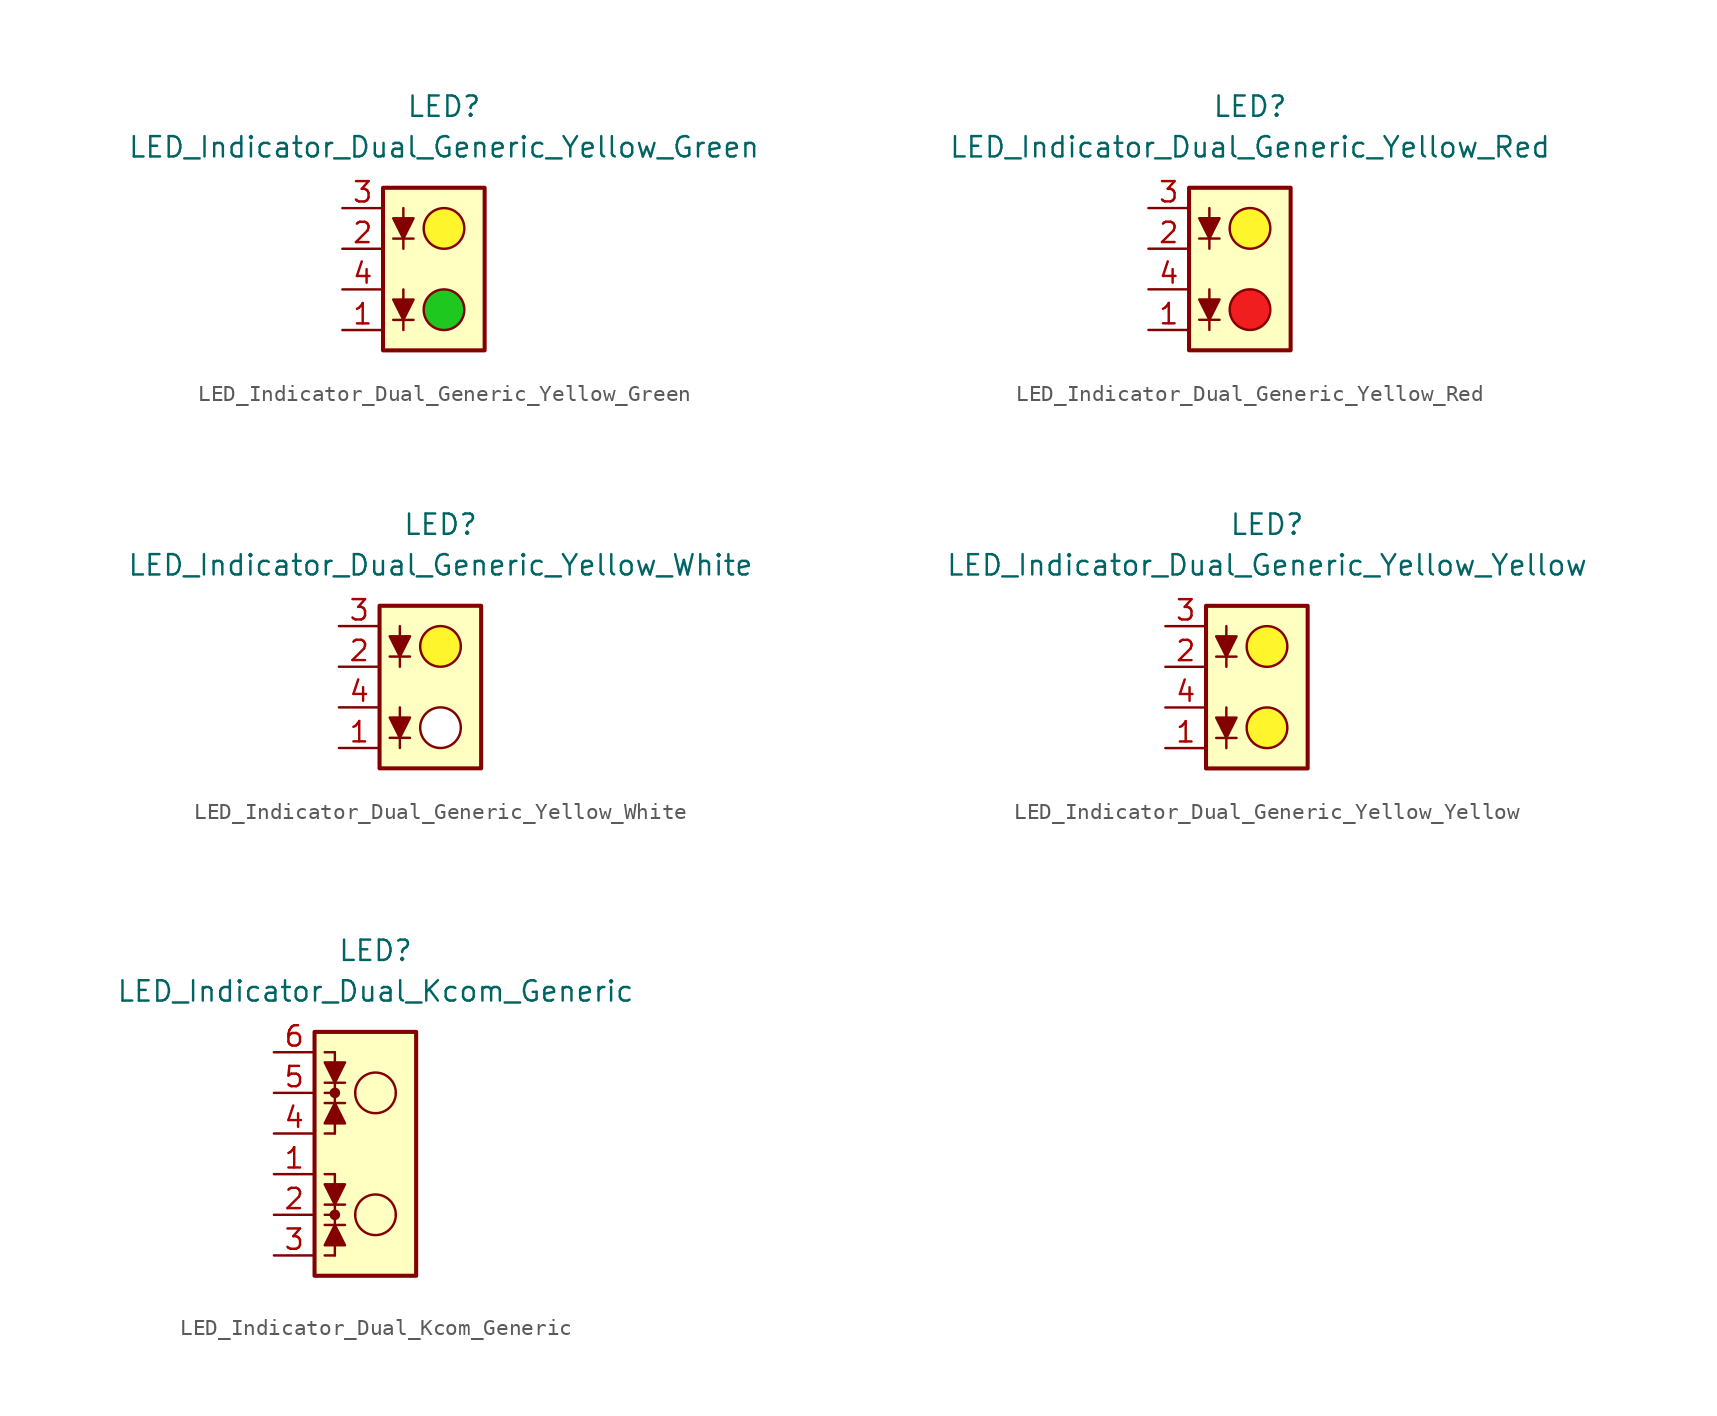
<source format=kicad_sym>
(kicad_symbol_lib
  (version 20231120)
  (generator "kicad_symbol_editor")
  (generator_version "8.0")
  (symbol "LED_Indicator_Dual_Generic_Yellow_Green"
    (pin_names
      (offset 1.016) hide)
    (property "Reference" "LED"
      (at 0 10.16 0)
      (effects (font (size 1.27 1.27))))
    (property "Value" "LED_Indicator_Dual_Generic_Yellow_Green"
      (at 0 7.62 0)
      (effects (font (size 1.27 1.27))))
    (symbol "LED_Indicator_Dual_Generic_Yellow_Green_0_1"
      (rectangle (start -3.81 5.08) (end 2.54 -5.08) (stroke (width 0.254) (type default)) (fill (type background)))
      (circle (center 0 -2.54) (radius 1.27) (stroke (width 0) (type default)) (fill (type color) (color 30 200 30 1)))
      (polyline (pts (xy -3.175 -3.175) (xy -1.905 -3.175)) (stroke (width 0) (type default)) (fill (type none)))
      (polyline (pts (xy -3.175 1.905) (xy -1.905 1.905)) (stroke (width 0) (type default)) (fill (type none)))
      (polyline (pts (xy -2.54 -1.27) (xy -2.54 -3.81)) (stroke (width 0) (type default)) (fill (type none)))
      (polyline (pts (xy -2.54 3.81) (xy -2.54 1.27)) (stroke (width 0) (type default)) (fill (type none)))
      (polyline (pts (xy -2.54 -3.175) (xy -3.175 -1.905) (xy -1.905 -1.905) (xy -2.54 -3.175)) (stroke (width 0) (type default)) (fill (type outline)))
      (polyline (pts (xy -2.54 1.905) (xy -3.175 3.175) (xy -1.905 3.175) (xy -2.54 1.905)) (stroke (width 0) (type default)) (fill (type outline)))
      (circle (center 0 2.54) (radius 1.27) (stroke (width 0) (type default)) (fill (type color) (color 255 245 45 1))))
    (symbol "LED_Indicator_Dual_Generic_Yellow_Green_1_1"
      (pin passive line (at -6.35 -3.81 0) (length 2.54) (name "K1" (effects (font (size 1.27 1.27)))) (number "1" (effects (font (size 1.27 1.27)))))
      (pin passive line (at -6.35 1.27 0) (length 2.54) (name "K2" (effects (font (size 1.27 1.27)))) (number "2" (effects (font (size 1.27 1.27)))))
      (pin passive line (at -6.35 3.81 0) (length 2.54) (name "A2" (effects (font (size 1.27 1.27)))) (number "3" (effects (font (size 1.27 1.27)))))
      (pin passive line (at -6.35 -1.27 0) (length 2.54) (name "A1" (effects (font (size 1.27 1.27)))) (number "4" (effects (font (size 1.27 1.27)))))))
  (symbol "LED_Indicator_Dual_Generic_Yellow_Red"
    (pin_names
      (offset 1.016) hide)
    (property "Reference" "LED"
      (at 0 10.16 0)
      (effects (font (size 1.27 1.27))))
    (property "Value" "LED_Indicator_Dual_Generic_Yellow_Red"
      (at 0 7.62 0)
      (effects (font (size 1.27 1.27))))
    (symbol "LED_Indicator_Dual_Generic_Yellow_Red_0_1"
      (rectangle (start -3.81 5.08) (end 2.54 -5.08) (stroke (width 0.254) (type default)) (fill (type background)))
      (circle (center 0 -2.54) (radius 1.27) (stroke (width 0) (type default)) (fill (type color) (color 240 30 30 1)))
      (polyline (pts (xy -3.175 -3.175) (xy -1.905 -3.175)) (stroke (width 0) (type default)) (fill (type none)))
      (polyline (pts (xy -3.175 1.905) (xy -1.905 1.905)) (stroke (width 0) (type default)) (fill (type none)))
      (polyline (pts (xy -2.54 -1.27) (xy -2.54 -3.81)) (stroke (width 0) (type default)) (fill (type none)))
      (polyline (pts (xy -2.54 3.81) (xy -2.54 1.27)) (stroke (width 0) (type default)) (fill (type none)))
      (polyline (pts (xy -2.54 -3.175) (xy -3.175 -1.905) (xy -1.905 -1.905) (xy -2.54 -3.175)) (stroke (width 0) (type default)) (fill (type outline)))
      (polyline (pts (xy -2.54 1.905) (xy -3.175 3.175) (xy -1.905 3.175) (xy -2.54 1.905)) (stroke (width 0) (type default)) (fill (type outline)))
      (circle (center 0 2.54) (radius 1.27) (stroke (width 0) (type default)) (fill (type color) (color 255 245 45 1))))
    (symbol "LED_Indicator_Dual_Generic_Yellow_Red_1_1"
      (pin passive line (at -6.35 -3.81 0) (length 2.54) (name "K1" (effects (font (size 1.27 1.27)))) (number "1" (effects (font (size 1.27 1.27)))))
      (pin passive line (at -6.35 1.27 0) (length 2.54) (name "K2" (effects (font (size 1.27 1.27)))) (number "2" (effects (font (size 1.27 1.27)))))
      (pin passive line (at -6.35 3.81 0) (length 2.54) (name "A2" (effects (font (size 1.27 1.27)))) (number "3" (effects (font (size 1.27 1.27)))))
      (pin passive line (at -6.35 -1.27 0) (length 2.54) (name "A1" (effects (font (size 1.27 1.27)))) (number "4" (effects (font (size 1.27 1.27)))))))
  (symbol "LED_Indicator_Dual_Generic_Yellow_White"
    (pin_names
      (offset 1.016) hide)
    (property "Reference" "LED"
      (at 0 10.16 0)
      (effects (font (size 1.27 1.27))))
    (property "Value" "LED_Indicator_Dual_Generic_Yellow_White"
      (at 0 7.62 0)
      (effects (font (size 1.27 1.27))))
    (symbol "LED_Indicator_Dual_Generic_Yellow_White_0_1"
      (rectangle (start -3.81 5.08) (end 2.54 -5.08) (stroke (width 0.254) (type default)) (fill (type background)))
      (circle (center 0 -2.54) (radius 1.27) (stroke (width 0) (type default)) (fill (type color) (color 255 255 255 1)))
      (polyline (pts (xy -3.175 -3.175) (xy -1.905 -3.175)) (stroke (width 0) (type default)) (fill (type none)))
      (polyline (pts (xy -3.175 1.905) (xy -1.905 1.905)) (stroke (width 0) (type default)) (fill (type none)))
      (polyline (pts (xy -2.54 -1.27) (xy -2.54 -3.81)) (stroke (width 0) (type default)) (fill (type none)))
      (polyline (pts (xy -2.54 3.81) (xy -2.54 1.27)) (stroke (width 0) (type default)) (fill (type none)))
      (polyline (pts (xy -2.54 -3.175) (xy -3.175 -1.905) (xy -1.905 -1.905) (xy -2.54 -3.175)) (stroke (width 0) (type default)) (fill (type outline)))
      (polyline (pts (xy -2.54 1.905) (xy -3.175 3.175) (xy -1.905 3.175) (xy -2.54 1.905)) (stroke (width 0) (type default)) (fill (type outline)))
      (circle (center 0 2.54) (radius 1.27) (stroke (width 0) (type default)) (fill (type color) (color 255 245 45 1))))
    (symbol "LED_Indicator_Dual_Generic_Yellow_White_1_1"
      (pin passive line (at -6.35 -3.81 0) (length 2.54) (name "K1" (effects (font (size 1.27 1.27)))) (number "1" (effects (font (size 1.27 1.27)))))
      (pin passive line (at -6.35 1.27 0) (length 2.54) (name "K2" (effects (font (size 1.27 1.27)))) (number "2" (effects (font (size 1.27 1.27)))))
      (pin passive line (at -6.35 3.81 0) (length 2.54) (name "A2" (effects (font (size 1.27 1.27)))) (number "3" (effects (font (size 1.27 1.27)))))
      (pin passive line (at -6.35 -1.27 0) (length 2.54) (name "A1" (effects (font (size 1.27 1.27)))) (number "4" (effects (font (size 1.27 1.27)))))))
  (symbol "LED_Indicator_Dual_Generic_Yellow_Yellow"
    (pin_names
      (offset 1.016) hide)
    (property "Reference" "LED"
      (at 0 10.16 0)
      (effects (font (size 1.27 1.27))))
    (property "Value" "LED_Indicator_Dual_Generic_Yellow_Yellow"
      (at 0 7.62 0)
      (effects (font (size 1.27 1.27))))
    (symbol "LED_Indicator_Dual_Generic_Yellow_Yellow_0_1"
      (rectangle (start -3.81 5.08) (end 2.54 -5.08) (stroke (width 0.254) (type default)) (fill (type background)))
      (circle (center 0 -2.54) (radius 1.27) (stroke (width 0) (type default)) (fill (type color) (color 255 245 45 1)))
      (polyline (pts (xy -3.175 -3.175) (xy -1.905 -3.175)) (stroke (width 0) (type default)) (fill (type none)))
      (polyline (pts (xy -3.175 1.905) (xy -1.905 1.905)) (stroke (width 0) (type default)) (fill (type none)))
      (polyline (pts (xy -2.54 -1.27) (xy -2.54 -3.81)) (stroke (width 0) (type default)) (fill (type none)))
      (polyline (pts (xy -2.54 3.81) (xy -2.54 1.27)) (stroke (width 0) (type default)) (fill (type none)))
      (polyline (pts (xy -2.54 -3.175) (xy -3.175 -1.905) (xy -1.905 -1.905) (xy -2.54 -3.175)) (stroke (width 0) (type default)) (fill (type outline)))
      (polyline (pts (xy -2.54 1.905) (xy -3.175 3.175) (xy -1.905 3.175) (xy -2.54 1.905)) (stroke (width 0) (type default)) (fill (type outline)))
      (circle (center 0 2.54) (radius 1.27) (stroke (width 0) (type default)) (fill (type color) (color 255 245 45 1))))
    (symbol "LED_Indicator_Dual_Generic_Yellow_Yellow_1_1"
      (pin passive line (at -6.35 -3.81 0) (length 2.54) (name "K1" (effects (font (size 1.27 1.27)))) (number "1" (effects (font (size 1.27 1.27)))))
      (pin passive line (at -6.35 1.27 0) (length 2.54) (name "K2" (effects (font (size 1.27 1.27)))) (number "2" (effects (font (size 1.27 1.27)))))
      (pin passive line (at -6.35 3.81 0) (length 2.54) (name "A2" (effects (font (size 1.27 1.27)))) (number "3" (effects (font (size 1.27 1.27)))))
      (pin passive line (at -6.35 -1.27 0) (length 2.54) (name "A1" (effects (font (size 1.27 1.27)))) (number "4" (effects (font (size 1.27 1.27)))))))
  (symbol "LED_Indicator_Dual_Kcom_Generic"
    (pin_names
      (offset 1.016) hide)
    (property "Reference" "LED"
      (at 0 12.7 0)
      (effects (font (size 1.27 1.27))))
    (property "Value" "LED_Indicator_Dual_Kcom_Generic"
      (at 0 10.16 0)
      (effects (font (size 1.27 1.27))))
    (symbol "LED_Indicator_Dual_Kcom_Generic_0_1"
      (rectangle (start -3.81 7.62) (end 2.54 -7.62) (stroke (width 0.254) (type default)) (fill (type background)))
      (circle (center -2.54 -3.81) (radius 0.254) (stroke (width 0) (type default)) (fill (type outline)))
      (circle (center -2.54 3.81) (radius 0.254) (stroke (width 0) (type default)) (fill (type outline)))
      (arc (start -1.27 -3.81) (mid 0 -5.0745) (end 1.27 -3.81) (stroke (width 0) (type default)) (fill (type none)))
      (arc (start -1.27 3.81) (mid 0 2.5455) (end 1.27 3.81) (stroke (width 0) (type default)) (fill (type none)))
      (polyline (pts (xy -3.175 -3.175) (xy -1.905 -3.175)) (stroke (width 0) (type default)) (fill (type none)))
      (polyline (pts (xy -3.175 4.445) (xy -1.905 4.445)) (stroke (width 0) (type default)) (fill (type none)))
      (polyline (pts (xy -2.54 -6.35) (xy -3.175 -6.35)) (stroke (width 0) (type default)) (fill (type none)))
      (polyline (pts (xy -2.54 -6.35) (xy -2.54 -3.81)) (stroke (width 0) (type default)) (fill (type none)))
      (polyline (pts (xy -2.54 -3.81) (xy -3.175 -3.81)) (stroke (width 0) (type default)) (fill (type none)))
      (polyline (pts (xy -2.54 -1.27) (xy -3.175 -1.27)) (stroke (width 0) (type default)) (fill (type none)))
      (polyline (pts (xy -2.54 -1.27) (xy -2.54 -3.81)) (stroke (width 0) (type default)) (fill (type none)))
      (polyline (pts (xy -2.54 1.27) (xy -3.175 1.27)) (stroke (width 0) (type default)) (fill (type none)))
      (polyline (pts (xy -2.54 1.27) (xy -2.54 3.81)) (stroke (width 0) (type default)) (fill (type none)))
      (polyline (pts (xy -2.54 3.81) (xy -3.175 3.81)) (stroke (width 0) (type default)) (fill (type none)))
      (polyline (pts (xy -2.54 6.35) (xy -3.175 6.35)) (stroke (width 0) (type default)) (fill (type none)))
      (polyline (pts (xy -2.54 6.35) (xy -2.54 3.81)) (stroke (width 0) (type default)) (fill (type none)))
      (polyline (pts (xy -1.905 -4.445) (xy -3.175 -4.445)) (stroke (width 0) (type default)) (fill (type none)))
      (polyline (pts (xy -1.905 3.175) (xy -3.175 3.175)) (stroke (width 0) (type default)) (fill (type none)))
      (polyline (pts (xy -2.54 -4.445) (xy -1.905 -5.715) (xy -3.175 -5.715) (xy -2.54 -4.445)) (stroke (width 0) (type default)) (fill (type outline)))
      (polyline (pts (xy -2.54 -3.175) (xy -3.175 -1.905) (xy -1.905 -1.905) (xy -2.54 -3.175)) (stroke (width 0) (type default)) (fill (type outline)))
      (polyline (pts (xy -2.54 3.175) (xy -1.905 1.905) (xy -3.175 1.905) (xy -2.54 3.175)) (stroke (width 0) (type default)) (fill (type outline)))
      (polyline (pts (xy -2.54 4.445) (xy -3.175 5.715) (xy -1.905 5.715) (xy -2.54 4.445)) (stroke (width 0) (type default)) (fill (type outline)))
      (arc (start 1.27 -3.81) (mid 0 -2.5455) (end -1.27 -3.81) (stroke (width 0) (type default)) (fill (type none)))
      (arc (start 1.27 3.81) (mid 0 5.0745) (end -1.27 3.81) (stroke (width 0) (type default)) (fill (type none))))
    (symbol "LED_Indicator_Dual_Kcom_Generic_1_1"
      (pin passive line (at -6.35 -1.27 0) (length 2.54) (name "K1" (effects (font (size 1.27 1.27)))) (number "1" (effects (font (size 1.27 1.27)))))
      (pin passive line (at -6.35 -3.81 0) (length 2.54) (name "A12" (effects (font (size 1.27 1.27)))) (number "2" (effects (font (size 1.27 1.27)))))
      (pin passive line (at -6.35 -6.35 0) (length 2.54) (name "K2" (effects (font (size 1.27 1.27)))) (number "3" (effects (font (size 1.27 1.27)))))
      (pin passive line (at -6.35 1.27 0) (length 2.54) (name "K4" (effects (font (size 1.27 1.27)))) (number "4" (effects (font (size 1.27 1.27)))))
      (pin passive line (at -6.35 3.81 0) (length 2.54) (name "A34" (effects (font (size 1.27 1.27)))) (number "5" (effects (font (size 1.27 1.27)))))
      (pin passive line (at -6.35 6.35 0) (length 2.54) (name "K3" (effects (font (size 1.27 1.27)))) (number "6" (effects (font (size 1.27 1.27))))))))
</source>
